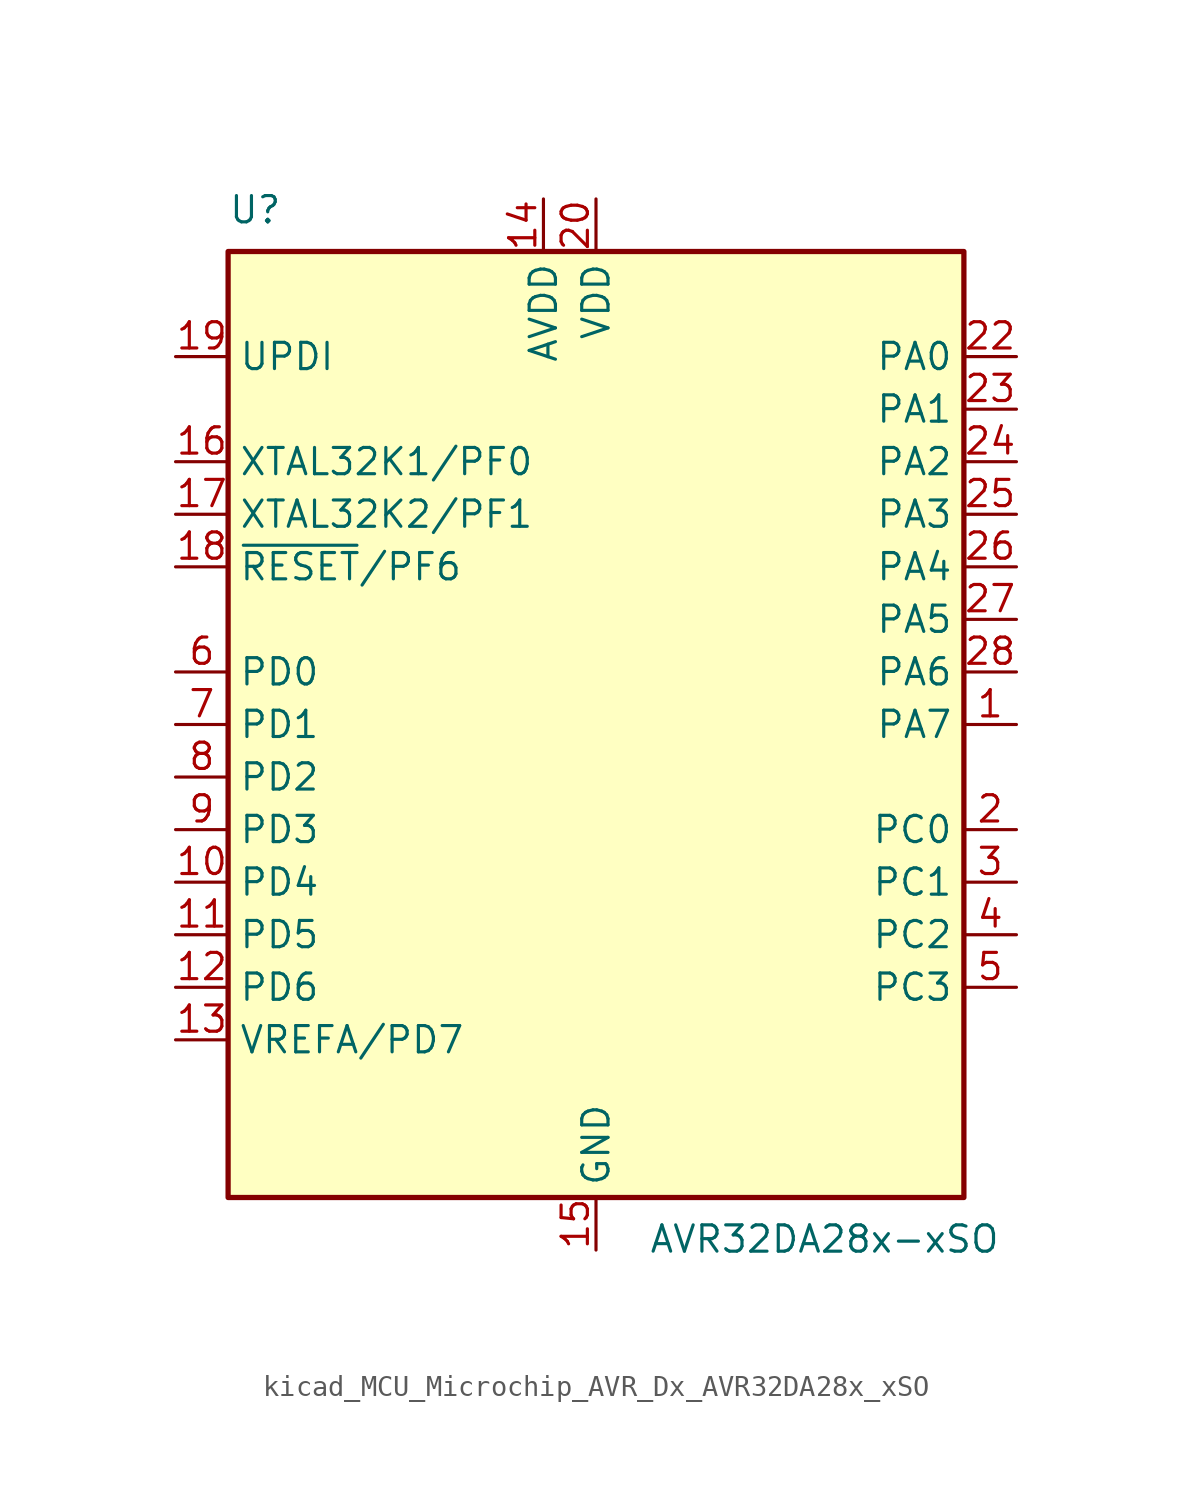
<source format=kicad_sym>
(kicad_symbol_lib
  (version 20220914)
  (generator kicad_symbol_editor)
  (symbol "kicad_MCU_Microchip_AVR_Dx_AVR32DA28x_xSO"
    (property "Reference" "U"
      (at -17.78 24.13 0)
      (effects (font (size 1.27 1.27)) (justify left bottom)))
    (property "Value" "AVR32DA28x-xSO"
      (at 2.54 -24.13 0)
      (effects (font (size 1.27 1.27)) (justify left top)))
    (symbol "kicad_MCU_Microchip_AVR_Dx_AVR32DA28x_xSO_0_1"
      (rectangle (start -17.78 22.86) (end 17.78 -22.86) (stroke (width 0.254) (type default)) (fill (type background))))
    (symbol "kicad_MCU_Microchip_AVR_Dx_AVR32DA28x_xSO_1_1"
      (pin bidirectional line (at 20.32 0 180) (length 2.54) (name "PA7" (effects (font (size 1.27 1.27)))) (number "1" (effects (font (size 1.27 1.27)))))
      (pin bidirectional line (at -20.32 -7.62 0) (length 2.54) (name "PD4" (effects (font (size 1.27 1.27)))) (number "10" (effects (font (size 1.27 1.27)))))
      (pin bidirectional line (at -20.32 -10.16 0) (length 2.54) (name "PD5" (effects (font (size 1.27 1.27)))) (number "11" (effects (font (size 1.27 1.27)))))
      (pin bidirectional line (at -20.32 -12.7 0) (length 2.54) (name "PD6" (effects (font (size 1.27 1.27)))) (number "12" (effects (font (size 1.27 1.27)))))
      (pin bidirectional line (at -20.32 -15.24 0) (length 2.54) (name "VREFA/PD7" (effects (font (size 1.27 1.27)))) (number "13" (effects (font (size 1.27 1.27)))))
      (pin power_in line (at -2.54 25.4 270) (length 2.54) (name "AVDD" (effects (font (size 1.27 1.27)))) (number "14" (effects (font (size 1.27 1.27)))))
      (pin power_in line (at 0 -25.4 90) (length 2.54) (name "GND" (effects (font (size 1.27 1.27)))) (number "15" (effects (font (size 1.27 1.27)))))
      (pin bidirectional line (at -20.32 12.7 0) (length 2.54) (name "XTAL32K1/PF0" (effects (font (size 1.27 1.27)))) (number "16" (effects (font (size 1.27 1.27)))))
      (pin bidirectional line (at -20.32 10.16 0) (length 2.54) (name "XTAL32K2/PF1" (effects (font (size 1.27 1.27)))) (number "17" (effects (font (size 1.27 1.27)))))
      (pin bidirectional line (at -20.32 7.62 0) (length 2.54) (name "~{RESET}/PF6" (effects (font (size 1.27 1.27)))) (number "18" (effects (font (size 1.27 1.27)))))
      (pin input line (at -20.32 17.78 0) (length 2.54) (name "UPDI" (effects (font (size 1.27 1.27)))) (number "19" (effects (font (size 1.27 1.27)))))
      (pin bidirectional line (at 20.32 -5.08 180) (length 2.54) (name "PC0" (effects (font (size 1.27 1.27)))) (number "2" (effects (font (size 1.27 1.27)))))
      (pin power_in line (at 0 25.4 270) (length 2.54) (name "VDD" (effects (font (size 1.27 1.27)))) (number "20" (effects (font (size 1.27 1.27)))))
      (pin passive line (at 0 -25.4 90) (length 2.54) hide (name "GND" (effects (font (size 1.27 1.27)))) (number "21" (effects (font (size 1.27 1.27)))))
      (pin bidirectional line (at 20.32 17.78 180) (length 2.54) (name "PA0" (effects (font (size 1.27 1.27)))) (number "22" (effects (font (size 1.27 1.27)))))
      (pin bidirectional line (at 20.32 15.24 180) (length 2.54) (name "PA1" (effects (font (size 1.27 1.27)))) (number "23" (effects (font (size 1.27 1.27)))))
      (pin bidirectional line (at 20.32 12.7 180) (length 2.54) (name "PA2" (effects (font (size 1.27 1.27)))) (number "24" (effects (font (size 1.27 1.27)))))
      (pin bidirectional line (at 20.32 10.16 180) (length 2.54) (name "PA3" (effects (font (size 1.27 1.27)))) (number "25" (effects (font (size 1.27 1.27)))))
      (pin bidirectional line (at 20.32 7.62 180) (length 2.54) (name "PA4" (effects (font (size 1.27 1.27)))) (number "26" (effects (font (size 1.27 1.27)))))
      (pin bidirectional line (at 20.32 5.08 180) (length 2.54) (name "PA5" (effects (font (size 1.27 1.27)))) (number "27" (effects (font (size 1.27 1.27)))))
      (pin bidirectional line (at 20.32 2.54 180) (length 2.54) (name "PA6" (effects (font (size 1.27 1.27)))) (number "28" (effects (font (size 1.27 1.27)))))
      (pin bidirectional line (at 20.32 -7.62 180) (length 2.54) (name "PC1" (effects (font (size 1.27 1.27)))) (number "3" (effects (font (size 1.27 1.27)))))
      (pin bidirectional line (at 20.32 -10.16 180) (length 2.54) (name "PC2" (effects (font (size 1.27 1.27)))) (number "4" (effects (font (size 1.27 1.27)))))
      (pin bidirectional line (at 20.32 -12.7 180) (length 2.54) (name "PC3" (effects (font (size 1.27 1.27)))) (number "5" (effects (font (size 1.27 1.27)))))
      (pin bidirectional line (at -20.32 2.54 0) (length 2.54) (name "PD0" (effects (font (size 1.27 1.27)))) (number "6" (effects (font (size 1.27 1.27)))))
      (pin bidirectional line (at -20.32 0 0) (length 2.54) (name "PD1" (effects (font (size 1.27 1.27)))) (number "7" (effects (font (size 1.27 1.27)))))
      (pin bidirectional line (at -20.32 -2.54 0) (length 2.54) (name "PD2" (effects (font (size 1.27 1.27)))) (number "8" (effects (font (size 1.27 1.27)))))
      (pin bidirectional line (at -20.32 -5.08 0) (length 2.54) (name "PD3" (effects (font (size 1.27 1.27)))) (number "9" (effects (font (size 1.27 1.27))))))))
</source>
